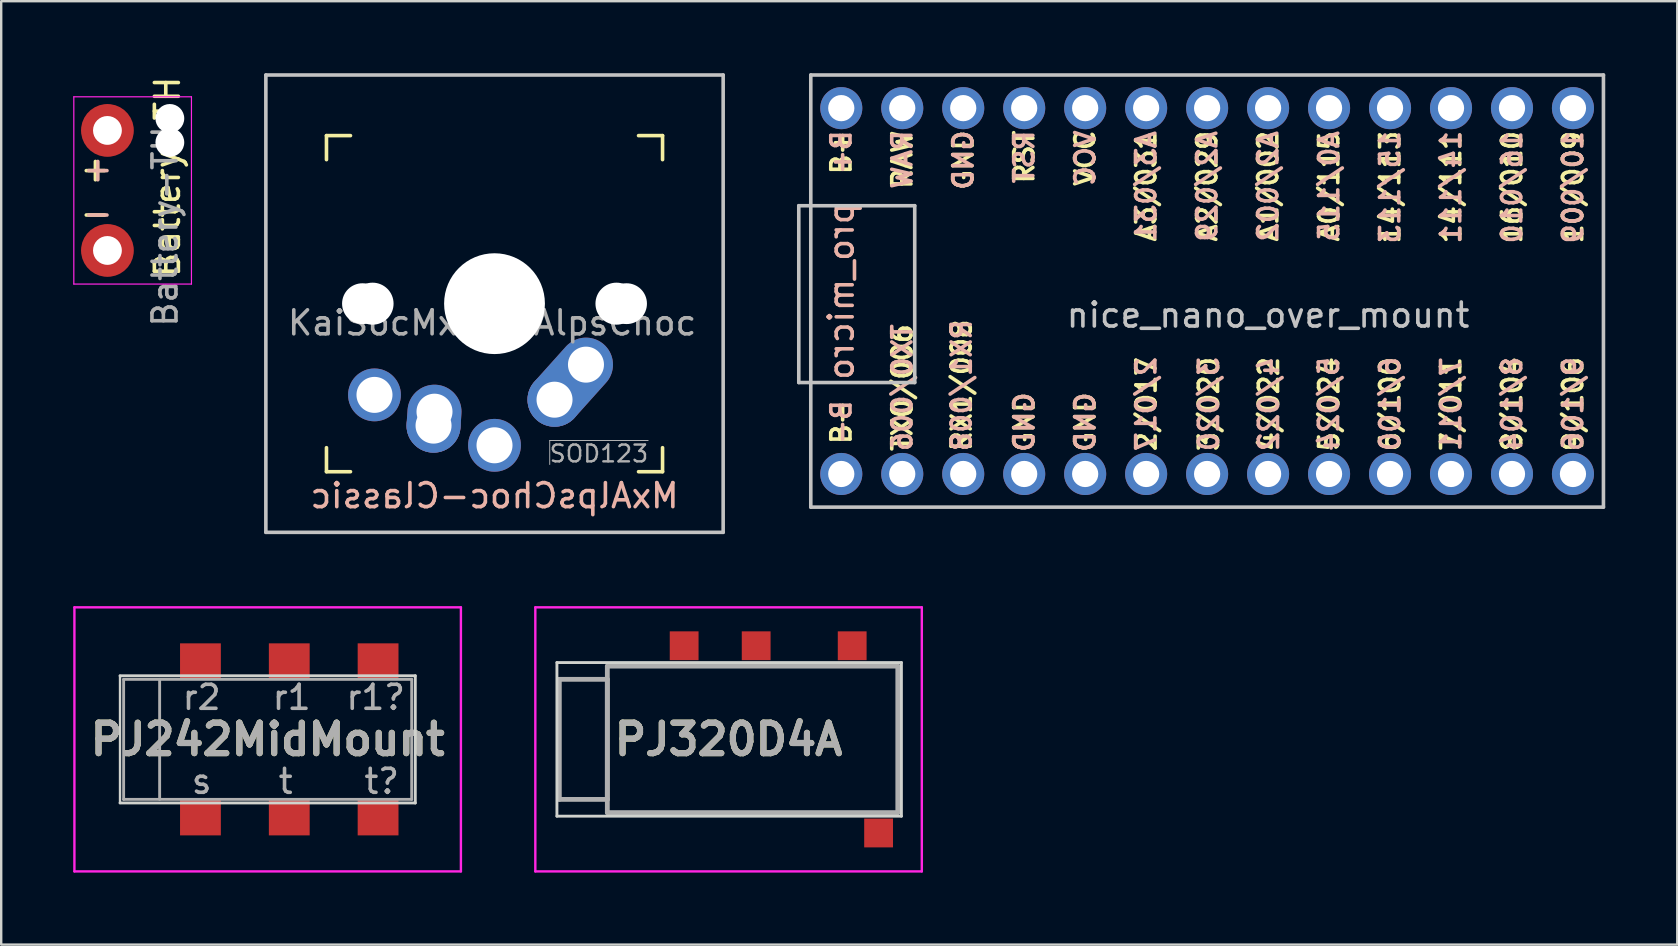
<source format=kicad_pcb>
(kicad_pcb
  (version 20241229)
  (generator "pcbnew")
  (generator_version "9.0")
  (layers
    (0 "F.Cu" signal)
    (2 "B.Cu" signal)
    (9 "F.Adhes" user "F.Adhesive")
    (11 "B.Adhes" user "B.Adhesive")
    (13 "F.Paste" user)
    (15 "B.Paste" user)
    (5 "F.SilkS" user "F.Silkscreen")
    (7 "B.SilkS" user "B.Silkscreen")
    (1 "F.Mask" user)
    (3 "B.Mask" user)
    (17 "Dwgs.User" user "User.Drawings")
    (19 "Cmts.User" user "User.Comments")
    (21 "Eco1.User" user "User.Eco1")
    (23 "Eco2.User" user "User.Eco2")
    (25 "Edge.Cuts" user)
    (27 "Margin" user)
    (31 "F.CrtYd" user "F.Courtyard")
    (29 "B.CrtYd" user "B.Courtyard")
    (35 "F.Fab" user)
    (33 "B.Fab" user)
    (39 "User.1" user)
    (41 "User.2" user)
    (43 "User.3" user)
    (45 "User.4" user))
  (footprint "Battery-TH"
    (layer "F.Cu")
    (at 2.425 4.883)
    (property "Reference" "Battery-TH" (at 1.5 3.7 90) (layer "F.SilkS") (effects (font (size 1 1) (thickness 0.15)) (justify left)))
    (attr smd)
    (fp_line (start -2.4 -3.9) (end -2.4 3.9) (stroke (width 0.05) (type solid)) (layer "F.CrtYd"))
    (fp_line (start -2.4 3.9) (end 2.5 3.9) (stroke (width 0.05) (type solid)) (layer "F.CrtYd"))
    (fp_line (start 2.5 -3.9) (end -2.4 -3.9) (stroke (width 0.05) (type solid)) (layer "F.CrtYd"))
    (fp_line (start 2.5 3.9) (end 2.5 -3.9) (stroke (width 0.05) (type solid)) (layer "F.CrtYd"))
    (fp_text user "+" (at -1.5 -0.9 0) (layer "F.SilkS") (effects (font (size 1 1) (thickness 0.15))))
    (fp_text user "-" (at -1.5 0.95 0) (layer "F.SilkS") (effects (font (size 1 1) (thickness 0.15))))
    (fp_text user "-" (at -1.4 0.95 0) (layer "B.SilkS") (effects (font (size 1 1) (thickness 0.15))))
    (fp_text user "+" (at -1.4 -0.9 180) (layer "B.SilkS") (effects (font (size 1 1) (thickness 0.15))))
    (fp_text user "${REFERENCE}" (at 1.4 1.5 90) (layer "F.Fab") (effects (font (size 1 1) (thickness 0.15))))
    (pad "" np_thru_hole circle (at -1 -2.5 270) (size 1.2 1.2) (drill 1.2) (layers "*.Cu" "*.Mask"))
    (pad "" np_thru_hole circle (at -1 2.5 270) (size 1.2 1.2) (drill 1.2) (layers "*.Cu" "*.Mask"))
    (pad "" np_thru_hole circle (at 1.6 -3 270) (size 1.2 1.2) (drill 1.2) (layers "*.Cu" "*.Mask"))
    (pad "" np_thru_hole circle (at 1.6 -2 270) (size 1.2 1.2) (drill 1.2) (layers "*.Cu" "*.Mask"))
    (pad "1" smd roundrect (at -1 -2.5 270) (size 2.2 2.2) (layers "F.Cu" "F.Mask" "F.Paste") (roundrect_rratio 0.5))
    (pad "2" smd roundrect (at -1 2.5 270) (size 2.2 2.2) (layers "F.Cu" "F.Mask" "F.Paste") (roundrect_rratio 0.5)))
  (footprint "PJ242MidMount"
    (layer "F.Cu")
    (at 8.1 27.75)
    (property "Reference" "PJ242MidMount" (at 0 0 0) (layer "F.SilkS") (effects (font (size 1.27 1.27) (thickness 0.254))))
    (attr through_hole)
    (fp_line (start -6.15 -2.65) (end 6.15 -2.65) (stroke (width 0.12) (type solid)) (layer "Edge.Cuts"))
    (fp_line (start -6.15 2.65) (end -6.15 -2.65) (stroke (width 0.1) (type solid)) (layer "Edge.Cuts"))
    (fp_line (start -6.15 2.65) (end 6.15 2.65) (stroke (width 0.12) (type solid)) (layer "Edge.Cuts"))
    (fp_line (start 6.15 2.65) (end 6.15 -2.65) (stroke (width 0.12) (type solid)) (layer "Edge.Cuts"))
    (fp_line (start -8.05 -5.5) (end 8.05 -5.5) (stroke (width 0.1) (type solid)) (layer "F.CrtYd"))
    (fp_line (start -8.05 5.5) (end -8.05 -5.5) (stroke (width 0.1) (type solid)) (layer "F.CrtYd"))
    (fp_line (start 8.05 -5.5) (end 8.05 5.5) (stroke (width 0.1) (type solid)) (layer "F.CrtYd"))
    (fp_line (start 8.05 5.5) (end -8.05 5.5) (stroke (width 0.1) (type solid)) (layer "F.CrtYd"))
    (fp_line (start -6 -2.5) (end 6 -2.5) (stroke (width 0.12) (type solid)) (layer "F.Fab"))
    (fp_line (start -6 2.5) (end -6 -2.5) (stroke (width 0.12) (type solid)) (layer "F.Fab"))
    (fp_line (start -4.5 -2.5) (end -4.5 2.5) (stroke (width 0.12) (type solid)) (layer "F.Fab"))
    (fp_line (start 6 -2.5) (end 6 2.5) (stroke (width 0.12) (type solid)) (layer "F.Fab"))
    (fp_line (start 6 2.5) (end -6 2.5) (stroke (width 0.12) (type solid)) (layer "F.Fab"))
    (fp_text user "r1?" (at 4.5 -1.75 0) (layer "F.Fab") (effects (font (size 1 1) (thickness 0.15))))
    (fp_text user "${REFERENCE}" (at 0 0 0) (layer "F.Fab") (effects (font (size 1.27 1.27) (thickness 0.254))))
    (fp_text user "t?" (at 4.75 1.75 180) (layer "F.Fab") (effects (font (size 1 1) (thickness 0.15))))
    (fp_text user "r2" (at -2.75 -1.75 0) (layer "F.Fab") (effects (font (size 1 1) (thickness 0.15))))
    (fp_text user "t" (at 0.75 1.75 180) (layer "F.Fab") (effects (font (size 1 1) (thickness 0.15))))
    (fp_text user "s" (at -2.75 1.75 180) (layer "F.Fab") (effects (font (size 1 1) (thickness 0.15))))
    (fp_text user "r1" (at 1 -1.75 0) (layer "F.Fab") (effects (font (size 1 1) (thickness 0.15))))
    (pad "1" smd rect (at -2.8 3.25) (size 1.7 1.5) (layers "F.Cu" "F.Mask" "F.Paste"))
    (pad "2" smd rect (at 0.9 3.25) (size 1.7 1.5) (layers "F.Cu" "F.Mask" "F.Paste"))
    (pad "2" smd rect (at 4.6 3.25) (size 1.7 1.5) (layers "F.Cu" "F.Mask" "F.Paste"))
    (pad "3" smd rect (at 0.9 -3.25) (size 1.7 1.5) (layers "F.Cu" "F.Mask" "F.Paste"))
    (pad "3" smd rect (at 4.6 -3.25) (size 1.7 1.5) (layers "F.Cu" "F.Mask" "F.Paste"))
    (pad "4" smd rect (at -2.8 -3.25) (size 1.7 1.5) (layers "F.Cu" "F.Mask" "F.Paste")))
  (footprint "MxAlpsChoc-Classic"
    (layer "F.Cu")
    (at 17.55 9.6)
    (property "Reference" "MxAlpsChoc-Classic" (at 0 8 0) (layer "B.SilkS") (effects (font (size 1 1) (thickness 0.15)) (justify mirror)))
    (attr through_hole)
    (fp_line (start -7 -7) (end -7 -6) (stroke (width 0.15) (type solid)) (layer "F.SilkS"))
    (fp_line (start -7 -7) (end -6 -7) (stroke (width 0.15) (type solid)) (layer "F.SilkS"))
    (fp_line (start -7 7) (end -7 6) (stroke (width 0.15) (type solid)) (layer "F.SilkS"))
    (fp_line (start -7 7) (end -6 7) (stroke (width 0.15) (type solid)) (layer "F.SilkS"))
    (fp_line (start 6 -7) (end 7 -7) (stroke (width 0.15) (type solid)) (layer "F.SilkS"))
    (fp_line (start 6 7) (end 7 7) (stroke (width 0.15) (type solid)) (layer "F.SilkS"))
    (fp_line (start 7 -7) (end 7 -6) (stroke (width 0.15) (type solid)) (layer "F.SilkS"))
    (fp_line (start 7 6) (end 7 7) (stroke (width 0.15) (type solid)) (layer "F.SilkS"))
    (fp_line (start -9.525 -9.525) (end 9.525 -9.525) (stroke (width 0.15) (type solid)) (layer "Dwgs.User"))
    (fp_line (start -9.525 9.525) (end -9.525 -9.525) (stroke (width 0.15) (type solid)) (layer "Dwgs.User"))
    (fp_line (start 9.525 -9.525) (end 9.525 9.525) (stroke (width 0.15) (type solid)) (layer "Dwgs.User"))
    (fp_line (start 9.525 9.525) (end -9.525 9.525) (stroke (width 0.15) (type solid)) (layer "Dwgs.User"))
    (fp_line (start 2.3 5.7) (end 2.3 6.7) (stroke (width 0.04) (type solid)) (layer "F.Fab"))
    (fp_line (start 2.3 5.7) (end 6.4 5.7) (stroke (width 0.04) (type solid)) (layer "F.Fab"))
    (fp_text user "SOD123" (at 4.35 6.25 0) (layer "F.Fab") (effects (font (size 0.7 0.7) (thickness 0.1))))
    (fp_text user "KaiSocMx-MxAlpsChoc" (at -0.1 0.8 0) (layer "F.Fab") (effects (font (size 1 1) (thickness 0.15))))
    (pad "" np_thru_hole circle (at -5.5 0 228.1) (size 1.7 1.7) (drill 1.7) (layers "*.Cu" "*.Mask"))
    (pad "" np_thru_hole circle (at -5.08 0 228.1) (size 1.75 1.75) (drill 1.75) (layers "*.Cu" "*.Mask"))
    (pad "" np_thru_hole circle (at 0 0 180) (size 4.2 4.2) (drill 4.2) (layers "*.Cu" "*.Mask"))
    (pad "" np_thru_hole circle (at 5.08 0 228.1) (size 1.75 1.75) (drill 1.75) (layers "*.Cu" "*.Mask"))
    (pad "" np_thru_hole circle (at 5.5 0 228.1) (size 1.7 1.7) (drill 1.7) (layers "*.Cu" "*.Mask"))
    (pad "1" thru_hole circle (at -5 3.8 180) (size 2.2 2.2) (drill 1.5) (layers "*.Cu" "*.Mask"))
    (pad "1" thru_hole circle (at -2.54 5.08 180) (size 2.25 2.25) (drill 1.5) (layers "*.Cu" "*.Mask"))
    (pad "1" thru_hole oval (at -2.5 4.5 266.1) (size 2.831 2.25) (drill 1.5 (offset 0.291 0)) (layers "*.Cu" "*.Mask"))
    (pad "2" thru_hole circle (at 0 5.9 180) (size 2.2 2.2) (drill 1.5) (layers "*.Cu" "*.Mask"))
    (pad "2" thru_hole circle (at 2.5 4 180) (size 2.25 2.25) (drill 1.5) (layers "*.Cu" "*.Mask"))
    (pad "2" thru_hole oval (at 3.81 2.54 228.1) (size 4.212 2.25) (drill 1.5 (offset 0.981 0)) (layers "*.Cu" "*.Mask")))
  (footprint "PJ320D4A"
    (layer "F.Cu")
    (at 27.3 27.75)
    (property "Reference" "PJ320D4A" (at 0 0 0) (layer "F.SilkS") (effects (font (size 1.27 1.27) (thickness 0.254))))
    (attr through_hole)
    (fp_line (start -5.05 -3.05) (end -5.05 3.05) (stroke (width 0.1) (type solid)) (layer "F.SilkS"))
    (fp_line (start -5.05 3.05) (end 4.95 3.05) (stroke (width 0.1) (type solid)) (layer "F.SilkS"))
    (fp_line (start -3.05 -3.05) (end -5.05 -3.05) (stroke (width 0.1) (type solid)) (layer "F.SilkS"))
    (fp_line (start 7.05 -3) (end 7.05 1.5) (stroke (width 0.1) (type solid)) (layer "F.SilkS"))
    (fp_line (start -7.15 -3.2) (end 7.2 -3.2) (stroke (width 0.12) (type solid)) (layer "Edge.Cuts"))
    (fp_line (start -7.15 3.2) (end -7.15 -3.2) (stroke (width 0.12) (type solid)) (layer "Edge.Cuts"))
    (fp_line (start -7.15 3.2) (end 7.2 3.2) (stroke (width 0.12) (type solid)) (layer "Edge.Cuts"))
    (fp_line (start 7.2 3.2) (end 7.2 -3.2) (stroke (width 0.12) (type solid)) (layer "Edge.Cuts"))
    (fp_line (start -8.05 -5.5) (end 8.05 -5.5) (stroke (width 0.1) (type solid)) (layer "F.CrtYd"))
    (fp_line (start -8.05 5.5) (end -8.05 -5.5) (stroke (width 0.1) (type solid)) (layer "F.CrtYd"))
    (fp_line (start 8.05 -5.5) (end 8.05 5.5) (stroke (width 0.1) (type solid)) (layer "F.CrtYd"))
    (fp_line (start 8.05 5.5) (end -8.05 5.5) (stroke (width 0.1) (type solid)) (layer "F.CrtYd"))
    (fp_line (start -7.05 -2.5) (end -7.05 2.5) (stroke (width 0.2) (type solid)) (layer "F.Fab"))
    (fp_line (start -7.05 2.5) (end -5.05 2.5) (stroke (width 0.2) (type solid)) (layer "F.Fab"))
    (fp_line (start -5.05 -3.05) (end 7.05 -3.05) (stroke (width 0.2) (type solid)) (layer "F.Fab"))
    (fp_line (start -5.05 -2.5) (end -7.05 -2.5) (stroke (width 0.2) (type solid)) (layer "F.Fab"))
    (fp_line (start -5.05 2.5) (end -5.05 -2.5) (stroke (width 0.2) (type solid)) (layer "F.Fab"))
    (fp_line (start -5.05 3.05) (end -5.05 -3.05) (stroke (width 0.2) (type solid)) (layer "F.Fab"))
    (fp_line (start 7.05 -3.05) (end 7.05 3.05) (stroke (width 0.2) (type solid)) (layer "F.Fab"))
    (fp_line (start 7.05 3.05) (end -5.05 3.05) (stroke (width 0.2) (type solid)) (layer "F.Fab"))
    (fp_text user "${REFERENCE}" (at 0 0 0) (layer "F.Fab") (effects (font (size 1.27 1.27) (thickness 0.254))))
    (pad "1" smd rect (at 6.25 3.9) (size 1.2 1.2) (layers "F.Cu" "F.Mask" "F.Paste"))
    (pad "2" smd rect (at 5.15 -3.9) (size 1.2 1.2) (layers "F.Cu" "F.Mask" "F.Paste"))
    (pad "3" smd rect (at 1.15 -3.9) (size 1.2 1.2) (layers "F.Cu" "F.Mask" "F.Paste"))
    (pad "4" smd rect (at -1.85 -3.9) (size 1.2 1.2) (layers "F.Cu" "F.Mask" "F.Paste")))
  (footprint "nice_nano_over_mount"
    (layer "F.Cu")
    (at 49.775 9.075)
    (property "Reference" "nice_nano_over_mount" (at 0 1 0) (layer "Dwgs.User") (effects (font (size 1 1) (thickness 0.15))))
    (attr through_hole)
    (fp_line (start -19.55 -3.556) (end -14.72 -3.556) (stroke (width 0.15) (type solid)) (layer "Dwgs.User"))
    (fp_line (start -19.55 3.81) (end -19.55 -3.556) (stroke (width 0.15) (type solid)) (layer "Dwgs.User"))
    (fp_line (start -19.05 -9) (end -19.05 9) (stroke (width 0.15) (type solid)) (layer "Dwgs.User"))
    (fp_line (start -19.05 9) (end 13.97 9) (stroke (width 0.15) (type solid)) (layer "Dwgs.User"))
    (fp_line (start -14.72 -3.556) (end -14.72 3.81) (stroke (width 0.15) (type solid)) (layer "Dwgs.User"))
    (fp_line (start -14.72 3.81) (end -19.55 3.81) (stroke (width 0.15) (type solid)) (layer "Dwgs.User"))
    (fp_line (start 13.97 -9) (end -19.05 -9) (stroke (width 0.15) (type solid)) (layer "Dwgs.User"))
    (fp_line (start 13.97 -9) (end 13.97 9) (stroke (width 0.15) (type solid)) (layer "Dwgs.User"))
    (fp_text user "TX0/006" (at -15.24 6.75 90) (layer "F.SilkS") (effects (font (size 0.8 0.8) (thickness 0.15)) (justify left)))
    (fp_text user "GND" (at -10.16 5.461 90) (layer "F.SilkS") (effects (font (size 0.8 0.8) (thickness 0.15))))
    (fp_text user "VCC" (at -7.62 -5.537 90) (layer "F.SilkS") (effects (font (size 0.8 0.8) (thickness 0.15))))
    (fp_text user "8/104" (at 10.16 6.75 90) (layer "F.SilkS") (effects (font (size 0.8 0.8) (thickness 0.15)) (justify left)))
    (fp_text user "GND" (at -12.7 -5.455 90) (layer "F.SilkS") (effects (font (size 0.8 0.8) (thickness 0.15))))
    (fp_text user "5/024" (at 2.54 6.75 90) (layer "F.SilkS") (effects (font (size 0.8 0.8) (thickness 0.15)) (justify left)))
    (fp_text user "A3/031" (at -5.08 -6.75 90) (layer "F.SilkS") (effects (font (size 0.8 0.8) (thickness 0.15)) (justify right)))
    (fp_text user "6/100" (at 5.08 6.75 90) (layer "F.SilkS") (effects (font (size 0.8 0.8) (thickness 0.15)) (justify left)))
    (fp_text user "3/020" (at -2.47 6.75 90) (layer "F.SilkS") (effects (font (size 0.8 0.8) (thickness 0.15)) (justify left)))
    (fp_text user "A2/029" (at -2.54 -6.75 90) (layer "F.SilkS") (effects (font (size 0.8 0.8) (thickness 0.15)) (justify right)))
    (fp_text user "GND" (at -7.62 5.461 90) (layer "F.SilkS") (effects (font (size 0.8 0.8) (thickness 0.15))))
    (fp_text user "7/011" (at 7.62 6.75 90) (layer "F.SilkS") (effects (font (size 0.8 0.8) (thickness 0.15)) (justify left)))
    (fp_text user "9/106" (at 12.7 6.75 90) (layer "F.SilkS") (effects (font (size 0.8 0.8) (thickness 0.15)) (justify left)))
    (fp_text user "14/111" (at 7.62 -6.75 90) (layer "F.SilkS") (effects (font (size 0.8 0.8) (thickness 0.15)) (justify right)))
    (fp_text user "RAW" (at -15.24 -5.474 90) (layer "F.SilkS") (effects (font (size 0.8 0.8) (thickness 0.15))))
    (fp_text user "B+" (at -17.78 -5.778 90) (layer "F.SilkS") (effects (font (size 0.8 0.8) (thickness 0.15))))
    (fp_text user "4/022" (at 0.03 6.75 90) (layer "F.SilkS") (effects (font (size 0.8 0.8) (thickness 0.15)) (justify left)))
    (fp_text user "2/017" (at -5.07 6.75 90) (layer "F.SilkS") (effects (font (size 0.8 0.8) (thickness 0.15)) (justify left)))
    (fp_text user "16/010" (at 10.16 -6.75 90) (layer "F.SilkS") (effects (font (size 0.8 0.8) (thickness 0.15)) (justify right)))
    (fp_text user "RX1/008" (at -12.77 6.75 90) (layer "F.SilkS") (effects (font (size 0.8 0.8) (thickness 0.15)) (justify left)))
    (fp_text user "RST" (at -10.16 -5.588 90) (layer "F.SilkS") (effects (font (size 0.8 0.8) (thickness 0.15))))
    (fp_text user "A0/115" (at 2.54 -6.75 90) (layer "F.SilkS") (effects (font (size 0.8 0.8) (thickness 0.15)) (justify right)))
    (fp_text user "B-" (at -17.78 5.461 90) (layer "F.SilkS") (effects (font (size 0.8 0.8) (thickness 0.15))))
    (fp_text user "14/113" (at 5.08 -6.75 90) (layer "F.SilkS") (effects (font (size 0.8 0.8) (thickness 0.15)) (justify right)))
    (fp_text user "10/009" (at 12.7 -6.75 90) (layer "F.SilkS") (effects (font (size 0.8 0.8) (thickness 0.15)) (justify right)))
    (fp_text user "A1/002" (at 0 -6.75 90) (layer "F.SilkS") (effects (font (size 0.8 0.8) (thickness 0.15)) (justify right)))
    (fp_text user "5/024" (at 2.53 6.75 90) (layer "B.SilkS") (effects (font (size 0.8 0.8) (thickness 0.15)) (justify right mirror)))
    (fp_text user "TX0/006" (at -15.24 6.75 90) (layer "B.SilkS") (effects (font (size 0.8 0.8) (thickness 0.15)) (justify right mirror)))
    (fp_text user "8/104" (at 10.16 6.75 90) (layer "B.SilkS") (effects (font (size 0.8 0.8) (thickness 0.15)) (justify right mirror)))
    (fp_text user "15/113" (at 5.08 -6.75 90) (layer "B.SilkS") (effects (font (size 0.8 0.8) (thickness 0.15)) (justify left mirror)))
    (fp_text user "VCC" (at -7.62 -5.537 90) (layer "B.SilkS") (effects (font (size 0.8 0.8) (thickness 0.15)) (justify mirror)))
    (fp_text user "16/010" (at 10.16 -6.75 90) (layer "B.SilkS") (effects (font (size 0.8 0.8) (thickness 0.15)) (justify left mirror)))
    (fp_text user "2/017" (at -5.08 6.75 90) (layer "B.SilkS") (effects (font (size 0.8 0.8) (thickness 0.15)) (justify right mirror)))
    (fp_text user "GND" (at -10.16 5.461 90) (layer "B.SilkS") (effects (font (size 0.8 0.8) (thickness 0.15)) (justify mirror)))
    (fp_text user "14/111" (at 7.62 -6.75 90) (layer "B.SilkS") (effects (font (size 0.8 0.8) (thickness 0.15)) (justify left mirror)))
    (fp_text user "RAW" (at -15.24 -5.474 90) (layer "B.SilkS") (effects (font (size 0.8 0.8) (thickness 0.15)) (justify mirror)))
    (fp_text user "pro_micro" (at -17.78 0 270) (layer "B.SilkS") (effects (font (size 1 1) (thickness 0.15)) (justify mirror)))
    (fp_text user "4/022" (at 0.03 6.75 90) (layer "B.SilkS") (effects (font (size 0.8 0.8) (thickness 0.15)) (justify right mirror)))
    (fp_text user "A0/115" (at 2.54 -6.75 90) (layer "B.SilkS") (effects (font (size 0.8 0.8) (thickness 0.15)) (justify left mirror)))
    (fp_text user "7/011" (at 7.62 6.75 90) (layer "B.SilkS") (effects (font (size 0.8 0.8) (thickness 0.15)) (justify right mirror)))
    (fp_text user "9/106" (at 12.7 6.75 90) (layer "B.SilkS") (effects (font (size 0.8 0.8) (thickness 0.15)) (justify right mirror)))
    (fp_text user "6/100" (at 5.08 6.75 90) (layer "B.SilkS") (effects (font (size 0.8 0.8) (thickness 0.15)) (justify right mirror)))
    (fp_text user "GND" (at -12.7 -5.455 90) (layer "B.SilkS") (effects (font (size 0.8 0.8) (thickness 0.15)) (justify mirror)))
    (fp_text user "A2/002" (at 0 -6.75 90) (layer "B.SilkS") (effects (font (size 0.8 0.8) (thickness 0.15)) (justify left mirror)))
    (fp_text user "RX1/008" (at -12.77 6.75 90) (layer "B.SilkS") (effects (font (size 0.8 0.8) (thickness 0.15)) (justify right mirror)))
    (fp_text user "GND" (at -7.62 5.461 90) (layer "B.SilkS") (effects (font (size 0.8 0.8) (thickness 0.15)) (justify mirror)))
    (fp_text user "B-" (at -17.78 5.461 90) (layer "B.SilkS") (effects (font (size 0.8 0.8) (thickness 0.15)) (justify mirror)))
    (fp_text user "3/020" (at -2.47 6.75 90) (layer "B.SilkS") (effects (font (size 0.8 0.8) (thickness 0.15)) (justify right mirror)))
    (fp_text user "A3/031" (at -5.08 -6.75 90) (layer "B.SilkS") (effects (font (size 0.8 0.8) (thickness 0.15)) (justify left mirror)))
    (fp_text user "RST" (at -10.16 -5.588 90) (layer "B.SilkS") (effects (font (size 0.8 0.8) (thickness 0.15)) (justify mirror)))
    (fp_text user "A2/029" (at -2.54 -6.75 90) (layer "B.SilkS") (effects (font (size 0.8 0.8) (thickness 0.15)) (justify left mirror)))
    (fp_text user "10/009" (at 12.7 -6.75 90) (layer "B.SilkS") (effects (font (size 0.8 0.8) (thickness 0.15)) (justify left mirror)))
    (fp_text user "B+" (at -17.78 -5.778 90) (layer "B.SilkS") (effects (font (size 0.8 0.8) (thickness 0.15)) (justify mirror)))
    (pad "1" thru_hole circle (at -15.24 7.62) (size 1.753 1.753) (drill 1.092) (layers "*.Cu" "*.Mask"))
    (pad "2" thru_hole circle (at -12.7 7.62) (size 1.753 1.753) (drill 1.092) (layers "*.Cu" "*.Mask"))
    (pad "3" thru_hole circle (at -10.16 7.62) (size 1.753 1.753) (drill 1.092) (layers "*.Cu" "*.Mask"))
    (pad "4" thru_hole circle (at -7.62 7.62) (size 1.753 1.753) (drill 1.092) (layers "*.Cu" "*.Mask"))
    (pad "5" thru_hole circle (at -5.08 7.62) (size 1.753 1.753) (drill 1.092) (layers "*.Cu" "*.Mask"))
    (pad "6" thru_hole circle (at -2.54 7.62) (size 1.753 1.753) (drill 1.092) (layers "*.Cu" "*.Mask"))
    (pad "7" thru_hole circle (at 0 7.62) (size 1.753 1.753) (drill 1.092) (layers "*.Cu" "*.Mask"))
    (pad "8" thru_hole circle (at 2.54 7.62) (size 1.753 1.753) (drill 1.092) (layers "*.Cu" "*.Mask"))
    (pad "9" thru_hole circle (at 5.08 7.62) (size 1.753 1.753) (drill 1.092) (layers "*.Cu" "*.Mask"))
    (pad "10" thru_hole circle (at 7.62 7.62) (size 1.753 1.753) (drill 1.092) (layers "*.Cu" "*.Mask"))
    (pad "11" thru_hole circle (at 10.16 7.62) (size 1.753 1.753) (drill 1.092) (layers "*.Cu" "*.Mask"))
    (pad "12" thru_hole circle (at 12.7 7.62) (size 1.753 1.753) (drill 1.092) (layers "*.Cu" "*.Mask"))
    (pad "13" thru_hole circle (at 12.7 -7.62) (size 1.753 1.753) (drill 1.092) (layers "*.Cu" "*.Mask"))
    (pad "14" thru_hole circle (at 10.16 -7.62) (size 1.753 1.753) (drill 1.092) (layers "*.Cu" "*.Mask"))
    (pad "15" thru_hole circle (at 7.62 -7.62) (size 1.753 1.753) (drill 1.092) (layers "*.Cu" "*.Mask"))
    (pad "16" thru_hole circle (at 5.08 -7.62) (size 1.753 1.753) (drill 1.092) (layers "*.Cu" "*.Mask"))
    (pad "17" thru_hole circle (at 2.54 -7.62) (size 1.753 1.753) (drill 1.092) (layers "*.Cu" "*.Mask"))
    (pad "18" thru_hole circle (at 0 -7.62) (size 1.753 1.753) (drill 1.092) (layers "*.Cu" "*.Mask"))
    (pad "19" thru_hole circle (at -2.54 -7.62) (size 1.753 1.753) (drill 1.092) (layers "*.Cu" "*.Mask"))
    (pad "20" thru_hole circle (at -5.08 -7.62) (size 1.753 1.753) (drill 1.092) (layers "*.Cu" "*.Mask"))
    (pad "21" thru_hole circle (at -7.62 -7.62) (size 1.753 1.753) (drill 1.092) (layers "*.Cu" "*.Mask"))
    (pad "22" thru_hole circle (at -10.16 -7.62) (size 1.753 1.753) (drill 1.092) (layers "*.Cu" "*.Mask"))
    (pad "23" thru_hole circle (at -12.7 -7.62) (size 1.753 1.753) (drill 1.092) (layers "*.Cu" "*.Mask"))
    (pad "24" thru_hole circle (at -15.24 -7.62) (size 1.753 1.753) (drill 1.092) (layers "*.Cu" "*.Mask"))
    (pad "30" thru_hole circle (at -17.78 7.62) (size 1.753 1.753) (drill 1.092) (layers "*.Cu" "*.Mask"))
    (pad "34" thru_hole circle (at -17.78 -7.62) (size 1.753 1.753) (drill 1.092) (layers "*.Cu" "*.Mask")))
  (gr_rect
    (start -3 -3)
    (end 66.82 36.3)
    (stroke (width 0.1) (type default))
    (fill no)
    (layer "Edge.Cuts")))
</source>
